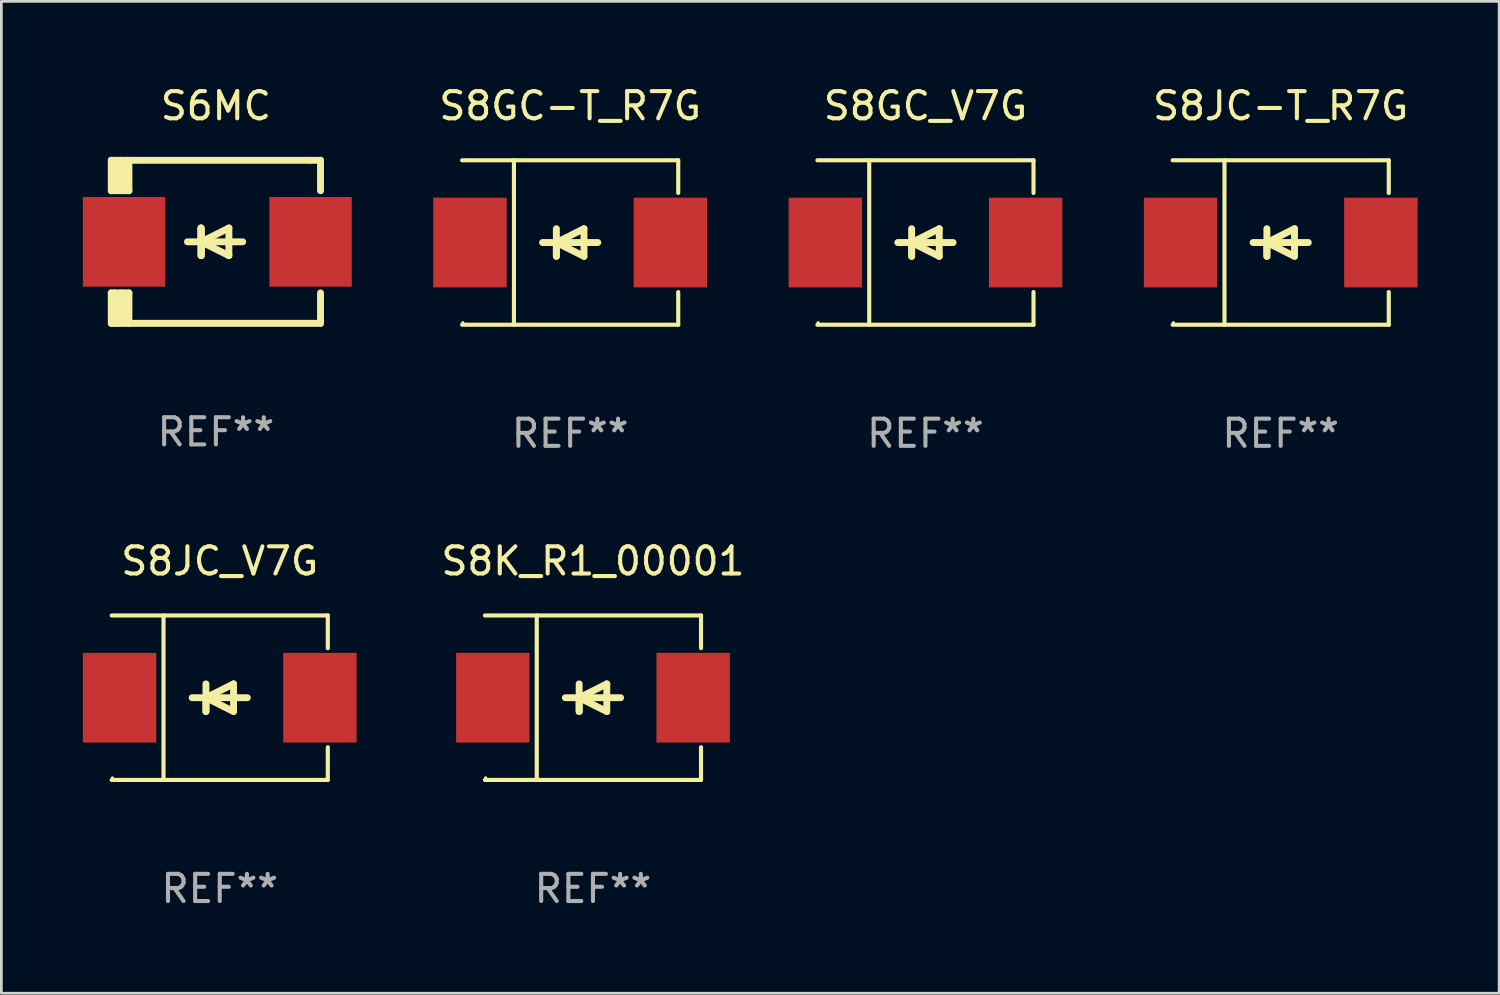
<source format=kicad_pcb>
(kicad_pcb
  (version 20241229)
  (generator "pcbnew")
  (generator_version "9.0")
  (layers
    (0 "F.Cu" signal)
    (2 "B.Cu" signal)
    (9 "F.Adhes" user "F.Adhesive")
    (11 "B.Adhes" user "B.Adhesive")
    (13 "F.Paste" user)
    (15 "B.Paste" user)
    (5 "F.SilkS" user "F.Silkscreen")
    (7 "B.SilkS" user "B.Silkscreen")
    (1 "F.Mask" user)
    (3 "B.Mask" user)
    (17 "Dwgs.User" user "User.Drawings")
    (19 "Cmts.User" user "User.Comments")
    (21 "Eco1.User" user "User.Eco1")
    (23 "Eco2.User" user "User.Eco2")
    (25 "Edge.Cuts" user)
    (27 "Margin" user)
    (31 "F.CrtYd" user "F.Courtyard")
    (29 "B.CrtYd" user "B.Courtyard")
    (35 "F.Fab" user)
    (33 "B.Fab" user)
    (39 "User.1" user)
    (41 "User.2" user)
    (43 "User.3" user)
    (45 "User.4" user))
  (footprint "S8K_R1_00001"
    (layer "F.Cu")
    (at 18.769 22.623)
    (property "Reference" "S8K_R1_00001" (at 0 -5.026 0) (layer "F.SilkS") (effects (font (size 1 1) (thickness 0.15))))
    (attr through_hole)
    (fp_line (start -3.976 -3.026) (end 3.976 -3.026) (stroke (width 0.152) (type solid)) (layer "F.SilkS"))
    (fp_line (start -3.976 3.026) (end 3.976 3.026) (stroke (width 0.152) (type solid)) (layer "F.SilkS"))
    (fp_line (start -2.069 -3.026) (end -2.069 3.026) (stroke (width 0.152) (type solid)) (layer "F.SilkS"))
    (fp_line (start -0.508 0) (end -0.508 0.508) (stroke (width 0.254) (type solid)) (layer "F.SilkS"))
    (fp_line (start -0.508 0) (end 0.508 0.508) (stroke (width 0.254) (type solid)) (layer "F.SilkS"))
    (fp_line (start -0.508 0.508) (end -0.508 -0.508) (stroke (width 0.254) (type solid)) (layer "F.SilkS"))
    (fp_line (start 0.508 -0.508) (end -0.508 0) (stroke (width 0.254) (type solid)) (layer "F.SilkS"))
    (fp_line (start 0.508 0.508) (end 0.508 -0.508) (stroke (width 0.254) (type solid)) (layer "F.SilkS"))
    (fp_line (start 1.016 0) (end -1.016 0) (stroke (width 0.254) (type solid)) (layer "F.SilkS"))
    (fp_line (start 3.976 -3.026) (end 3.976 -1.823) (stroke (width 0.152) (type solid)) (layer "F.SilkS"))
    (fp_line (start 3.976 3.026) (end 3.976 1.823) (stroke (width 0.152) (type solid)) (layer "F.SilkS"))
    (fp_circle (center -3.95 2.95) (end -3.92 2.95) (stroke (width 0.06) (type solid)) (fill no) (layer "F.SilkS"))
    (fp_text user "REF**" (at 0 7.026 0) (layer "F.Fab") (effects (font (size 1 1) (thickness 0.15))))
    (pad "1" smd rect (at -3.686 0) (size 2.7 3.3) (layers "F.Cu" "F.Mask" "F.Paste"))
    (pad "2" smd rect (at 3.686 0) (size 2.7 3.3) (layers "F.Cu" "F.Mask" "F.Paste")))
  (footprint "S8GC_V7G"
    (layer "F.Cu")
    (at 31.003 5.874)
    (property "Reference" "S8GC_V7G" (at 0 -5.026 0) (layer "F.SilkS") (effects (font (size 1 1) (thickness 0.15))))
    (attr through_hole)
    (fp_line (start -3.976 -3.026) (end 3.976 -3.026) (stroke (width 0.152) (type solid)) (layer "F.SilkS"))
    (fp_line (start -3.976 3.026) (end 3.976 3.026) (stroke (width 0.152) (type solid)) (layer "F.SilkS"))
    (fp_line (start -2.069 -3.026) (end -2.069 3.026) (stroke (width 0.152) (type solid)) (layer "F.SilkS"))
    (fp_line (start -0.508 0) (end -0.508 0.508) (stroke (width 0.254) (type solid)) (layer "F.SilkS"))
    (fp_line (start -0.508 0) (end 0.508 0.508) (stroke (width 0.254) (type solid)) (layer "F.SilkS"))
    (fp_line (start -0.508 0.508) (end -0.508 -0.508) (stroke (width 0.254) (type solid)) (layer "F.SilkS"))
    (fp_line (start 0.508 -0.508) (end -0.508 0) (stroke (width 0.254) (type solid)) (layer "F.SilkS"))
    (fp_line (start 0.508 0.508) (end 0.508 -0.508) (stroke (width 0.254) (type solid)) (layer "F.SilkS"))
    (fp_line (start 1.016 0) (end -1.016 0) (stroke (width 0.254) (type solid)) (layer "F.SilkS"))
    (fp_line (start 3.976 -3.026) (end 3.976 -1.823) (stroke (width 0.152) (type solid)) (layer "F.SilkS"))
    (fp_line (start 3.976 3.026) (end 3.976 1.823) (stroke (width 0.152) (type solid)) (layer "F.SilkS"))
    (fp_circle (center -3.95 2.95) (end -3.92 2.95) (stroke (width 0.06) (type solid)) (fill no) (layer "F.SilkS"))
    (fp_text user "REF**" (at 0 7.026 0) (layer "F.Fab") (effects (font (size 1 1) (thickness 0.15))))
    (pad "1" smd rect (at -3.686 0) (size 2.7 3.3) (layers "F.Cu" "F.Mask" "F.Paste"))
    (pad "2" smd rect (at 3.686 0) (size 2.7 3.3) (layers "F.Cu" "F.Mask" "F.Paste")))
  (footprint "S6MC"
    (layer "F.Cu")
    (at 4.894 5.848)
    (property "Reference" "S6MC" (at 0 -5 0) (layer "F.SilkS") (effects (font (size 1 1) (thickness 0.15))))
    (attr through_hole)
    (fp_line (start -3.85 -1.881) (end -3.85 -3) (stroke (width 0.254) (type solid)) (layer "F.SilkS"))
    (fp_line (start -3.85 1.881) (end -3.2 1.881) (stroke (width 0.254) (type solid)) (layer "F.SilkS"))
    (fp_line (start -3.85 3) (end -3.85 1.881) (stroke (width 0.254) (type solid)) (layer "F.SilkS"))
    (fp_line (start -3.719 -1.881) (end -3.719 -3) (stroke (width 0.254) (type solid)) (layer "F.SilkS"))
    (fp_line (start -3.719 3) (end -3.719 1.881) (stroke (width 0.254) (type solid)) (layer "F.SilkS"))
    (fp_line (start -3.5 -3) (end -3.5 -1.881) (stroke (width 0.254) (type solid)) (layer "F.SilkS"))
    (fp_line (start -3.5 1.881) (end -3.5 2.944) (stroke (width 0.254) (type solid)) (layer "F.SilkS"))
    (fp_line (start -3.5 2.944) (end -3.556 3) (stroke (width 0.254) (type solid)) (layer "F.SilkS"))
    (fp_line (start -3.388 -2.906) (end -3.295 -3) (stroke (width 0.254) (type solid)) (layer "F.SilkS"))
    (fp_line (start -3.388 -1.881) (end -3.388 -2.906) (stroke (width 0.254) (type solid)) (layer "F.SilkS"))
    (fp_line (start -3.388 3) (end -3.388 1.881) (stroke (width 0.254) (type solid)) (layer "F.SilkS"))
    (fp_line (start -3.2 -3) (end -3.2 -1.881) (stroke (width 0.254) (type solid)) (layer "F.SilkS"))
    (fp_line (start -3.2 -1.881) (end -3.85 -1.881) (stroke (width 0.254) (type solid)) (layer "F.SilkS"))
    (fp_line (start -3.2 1.881) (end -3.2 3) (stroke (width 0.254) (type solid)) (layer "F.SilkS"))
    (fp_line (start -0.55 -0.508) (end -0.55 0.508) (stroke (width 0.254) (type solid)) (layer "F.SilkS"))
    (fp_line (start -0.55 0) (end -0.55 -0.508) (stroke (width 0.254) (type solid)) (layer "F.SilkS"))
    (fp_line (start -0.538 0) (end -0.538 0.508) (stroke (width 0.254) (type solid)) (layer "F.SilkS"))
    (fp_line (start -0.538 0) (end 0.478 0.508) (stroke (width 0.254) (type solid)) (layer "F.SilkS"))
    (fp_line (start -0.538 0.508) (end -0.538 -0.508) (stroke (width 0.254) (type solid)) (layer "F.SilkS"))
    (fp_line (start 0.478 -0.508) (end -0.538 0) (stroke (width 0.254) (type solid)) (layer "F.SilkS"))
    (fp_line (start 0.478 0.508) (end 0.478 -0.508) (stroke (width 0.254) (type solid)) (layer "F.SilkS"))
    (fp_line (start 0.986 0) (end -1.046 0) (stroke (width 0.254) (type solid)) (layer "F.SilkS"))
    (fp_line (start 3.45 -3) (end -3.85 -3) (stroke (width 0.254) (type solid)) (layer "F.SilkS"))
    (fp_line (start 3.45 -3) (end 3.85 -3) (stroke (width 0.254) (type solid)) (layer "F.SilkS"))
    (fp_line (start 3.85 -3) (end 3.85 -1.881) (stroke (width 0.254) (type solid)) (layer "F.SilkS"))
    (fp_line (start 3.85 1.881) (end 3.85 3) (stroke (width 0.254) (type solid)) (layer "F.SilkS"))
    (fp_line (start 3.85 3) (end -3.85 3) (stroke (width 0.254) (type solid)) (layer "F.SilkS"))
    (fp_circle (center -3.847 2.95) (end -3.817 2.95) (stroke (width 0.06) (type solid)) (fill no) (layer "F.SilkS"))
    (fp_text user "REF**" (at 0 7 0) (layer "F.Fab") (effects (font (size 1 1) (thickness 0.15))))
    (pad "1" smd rect (at -3.379 0) (size 3.03 3.3) (layers "F.Cu" "F.Mask" "F.Paste"))
    (pad "2" smd rect (at 3.485 0) (size 3.03 3.3) (layers "F.Cu" "F.Mask" "F.Paste")))
  (footprint "S8JC-T_R7G"
    (layer "F.Cu")
    (at 44.075 5.874)
    (property "Reference" "S8JC-T_R7G" (at 0 -5.026 0) (layer "F.SilkS") (effects (font (size 1 1) (thickness 0.15))))
    (attr through_hole)
    (fp_line (start -3.976 -3.026) (end 3.976 -3.026) (stroke (width 0.152) (type solid)) (layer "F.SilkS"))
    (fp_line (start -3.976 3.026) (end 3.976 3.026) (stroke (width 0.152) (type solid)) (layer "F.SilkS"))
    (fp_line (start -2.069 -3.026) (end -2.069 3.026) (stroke (width 0.152) (type solid)) (layer "F.SilkS"))
    (fp_line (start -0.508 0) (end -0.508 0.508) (stroke (width 0.254) (type solid)) (layer "F.SilkS"))
    (fp_line (start -0.508 0) (end 0.508 0.508) (stroke (width 0.254) (type solid)) (layer "F.SilkS"))
    (fp_line (start -0.508 0.508) (end -0.508 -0.508) (stroke (width 0.254) (type solid)) (layer "F.SilkS"))
    (fp_line (start 0.508 -0.508) (end -0.508 0) (stroke (width 0.254) (type solid)) (layer "F.SilkS"))
    (fp_line (start 0.508 0.508) (end 0.508 -0.508) (stroke (width 0.254) (type solid)) (layer "F.SilkS"))
    (fp_line (start 1.016 0) (end -1.016 0) (stroke (width 0.254) (type solid)) (layer "F.SilkS"))
    (fp_line (start 3.976 -3.026) (end 3.976 -1.823) (stroke (width 0.152) (type solid)) (layer "F.SilkS"))
    (fp_line (start 3.976 3.026) (end 3.976 1.823) (stroke (width 0.152) (type solid)) (layer "F.SilkS"))
    (fp_circle (center -3.95 2.95) (end -3.92 2.95) (stroke (width 0.06) (type solid)) (fill no) (layer "F.SilkS"))
    (fp_text user "REF**" (at 0 7.026 0) (layer "F.Fab") (effects (font (size 1 1) (thickness 0.15))))
    (pad "1" smd rect (at -3.686 0) (size 2.7 3.3) (layers "F.Cu" "F.Mask" "F.Paste"))
    (pad "2" smd rect (at 3.686 0) (size 2.7 3.3) (layers "F.Cu" "F.Mask" "F.Paste")))
  (footprint "S8GC-T_R7G"
    (layer "F.Cu")
    (at 17.93 5.874)
    (property "Reference" "S8GC-T_R7G" (at 0 -5.026 0) (layer "F.SilkS") (effects (font (size 1 1) (thickness 0.15))))
    (attr through_hole)
    (fp_line (start -3.976 -3.026) (end 3.976 -3.026) (stroke (width 0.152) (type solid)) (layer "F.SilkS"))
    (fp_line (start -3.976 3.026) (end 3.976 3.026) (stroke (width 0.152) (type solid)) (layer "F.SilkS"))
    (fp_line (start -2.069 -3.026) (end -2.069 3.026) (stroke (width 0.152) (type solid)) (layer "F.SilkS"))
    (fp_line (start -0.508 0) (end -0.508 0.508) (stroke (width 0.254) (type solid)) (layer "F.SilkS"))
    (fp_line (start -0.508 0) (end 0.508 0.508) (stroke (width 0.254) (type solid)) (layer "F.SilkS"))
    (fp_line (start -0.508 0.508) (end -0.508 -0.508) (stroke (width 0.254) (type solid)) (layer "F.SilkS"))
    (fp_line (start 0.508 -0.508) (end -0.508 0) (stroke (width 0.254) (type solid)) (layer "F.SilkS"))
    (fp_line (start 0.508 0.508) (end 0.508 -0.508) (stroke (width 0.254) (type solid)) (layer "F.SilkS"))
    (fp_line (start 1.016 0) (end -1.016 0) (stroke (width 0.254) (type solid)) (layer "F.SilkS"))
    (fp_line (start 3.976 -3.026) (end 3.976 -1.823) (stroke (width 0.152) (type solid)) (layer "F.SilkS"))
    (fp_line (start 3.976 3.026) (end 3.976 1.823) (stroke (width 0.152) (type solid)) (layer "F.SilkS"))
    (fp_circle (center -3.95 2.95) (end -3.92 2.95) (stroke (width 0.06) (type solid)) (fill no) (layer "F.SilkS"))
    (fp_text user "REF**" (at 0 7.026 0) (layer "F.Fab") (effects (font (size 1 1) (thickness 0.15))))
    (pad "1" smd rect (at -3.686 0) (size 2.7 3.3) (layers "F.Cu" "F.Mask" "F.Paste"))
    (pad "2" smd rect (at 3.686 0) (size 2.7 3.3) (layers "F.Cu" "F.Mask" "F.Paste")))
  (footprint "S8JC_V7G"
    (layer "F.Cu")
    (at 5.036 22.623)
    (property "Reference" "S8JC_V7G" (at 0 -5.026 0) (layer "F.SilkS") (effects (font (size 1 1) (thickness 0.15))))
    (attr through_hole)
    (fp_line (start -3.976 -3.026) (end 3.976 -3.026) (stroke (width 0.152) (type solid)) (layer "F.SilkS"))
    (fp_line (start -3.976 3.026) (end 3.976 3.026) (stroke (width 0.152) (type solid)) (layer "F.SilkS"))
    (fp_line (start -2.069 -3.026) (end -2.069 3.026) (stroke (width 0.152) (type solid)) (layer "F.SilkS"))
    (fp_line (start -0.508 0) (end -0.508 0.508) (stroke (width 0.254) (type solid)) (layer "F.SilkS"))
    (fp_line (start -0.508 0) (end 0.508 0.508) (stroke (width 0.254) (type solid)) (layer "F.SilkS"))
    (fp_line (start -0.508 0.508) (end -0.508 -0.508) (stroke (width 0.254) (type solid)) (layer "F.SilkS"))
    (fp_line (start 0.508 -0.508) (end -0.508 0) (stroke (width 0.254) (type solid)) (layer "F.SilkS"))
    (fp_line (start 0.508 0.508) (end 0.508 -0.508) (stroke (width 0.254) (type solid)) (layer "F.SilkS"))
    (fp_line (start 1.016 0) (end -1.016 0) (stroke (width 0.254) (type solid)) (layer "F.SilkS"))
    (fp_line (start 3.976 -3.026) (end 3.976 -1.823) (stroke (width 0.152) (type solid)) (layer "F.SilkS"))
    (fp_line (start 3.976 3.026) (end 3.976 1.823) (stroke (width 0.152) (type solid)) (layer "F.SilkS"))
    (fp_circle (center -3.95 2.95) (end -3.92 2.95) (stroke (width 0.06) (type solid)) (fill no) (layer "F.SilkS"))
    (fp_text user "REF**" (at 0 7.026 0) (layer "F.Fab") (effects (font (size 1 1) (thickness 0.15))))
    (pad "1" smd rect (at -3.686 0) (size 2.7 3.3) (layers "F.Cu" "F.Mask" "F.Paste"))
    (pad "2" smd rect (at 3.686 0) (size 2.7 3.3) (layers "F.Cu" "F.Mask" "F.Paste")))
  (gr_rect
    (start -3 -3)
    (end 52.112 33.498)
    (stroke (width 0.1) (type default))
    (fill no)
    (layer "Edge.Cuts")))
</source>
